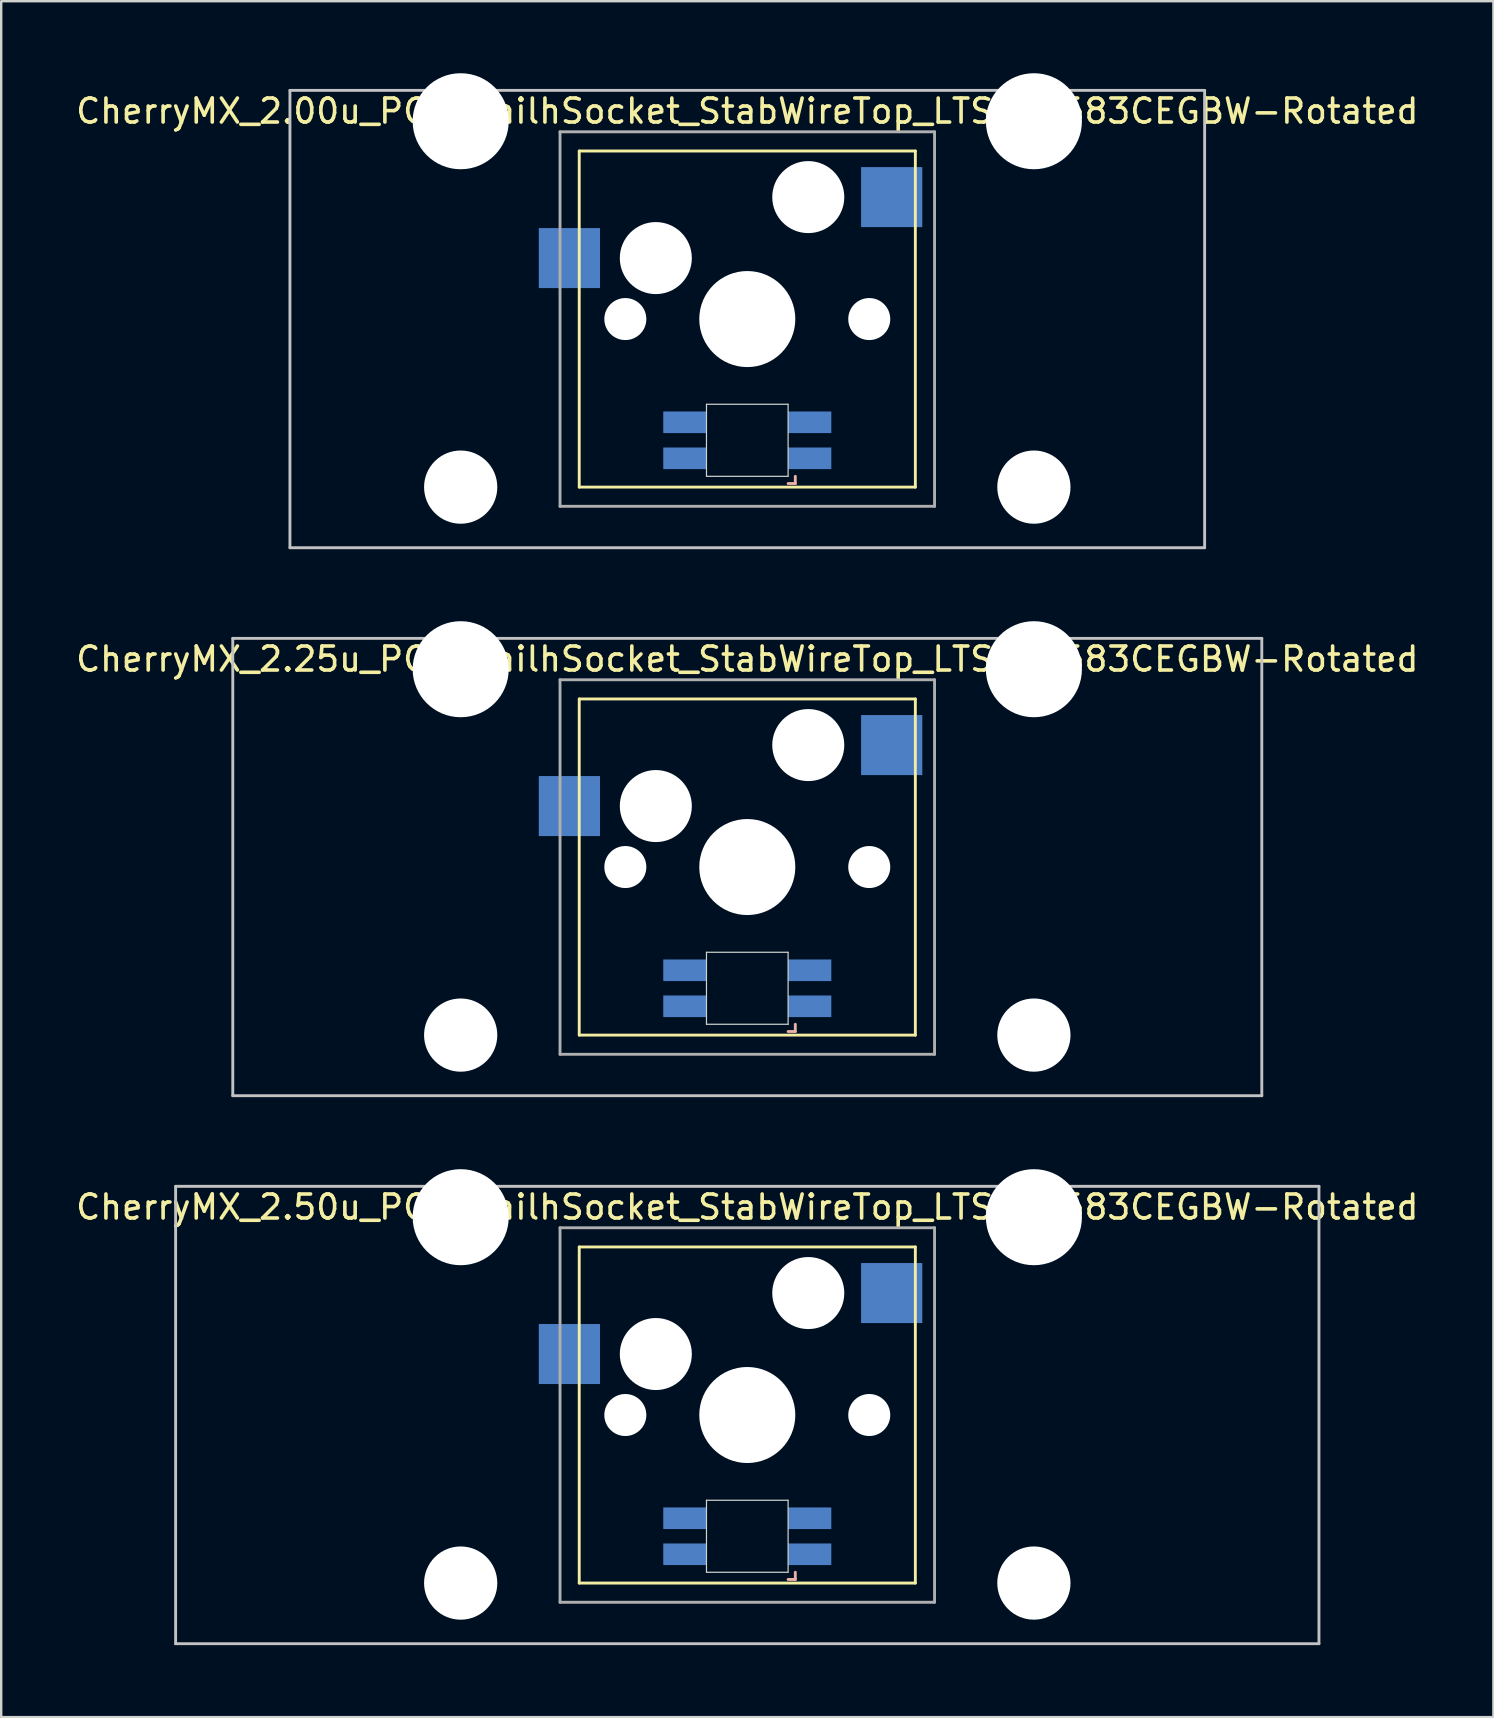
<source format=kicad_pcb>
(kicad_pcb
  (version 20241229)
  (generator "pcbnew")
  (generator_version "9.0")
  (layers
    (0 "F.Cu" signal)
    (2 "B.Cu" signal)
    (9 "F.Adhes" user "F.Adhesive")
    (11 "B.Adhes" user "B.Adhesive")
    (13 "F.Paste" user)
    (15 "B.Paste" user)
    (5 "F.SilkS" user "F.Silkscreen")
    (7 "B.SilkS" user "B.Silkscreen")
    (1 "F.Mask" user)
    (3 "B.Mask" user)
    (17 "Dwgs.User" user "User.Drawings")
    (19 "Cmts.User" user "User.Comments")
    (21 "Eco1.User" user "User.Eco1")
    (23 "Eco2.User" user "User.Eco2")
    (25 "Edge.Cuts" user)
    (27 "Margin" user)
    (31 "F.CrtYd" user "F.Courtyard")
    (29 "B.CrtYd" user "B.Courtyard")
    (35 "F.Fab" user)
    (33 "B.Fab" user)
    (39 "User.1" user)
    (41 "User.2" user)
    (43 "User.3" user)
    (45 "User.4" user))
  (footprint "CherryMX_2.50u_PCB_KailhSocket_StabWireTop_LTST-A683CEGBW-Rotated"
    (layer "F.Cu")
    (at 28.077 55.89)
    (property "Reference" "CherryMX_2.50u_PCB_KailhSocket_StabWireTop_LTST-A683CEGBW-Rotated" (at 0 -8.662 0) (layer "F.SilkS") (effects (font (size 1 1) (thickness 0.15))))
    (attr through_hole)
    (fp_line (start -7 -7) (end -7 7) (stroke (width 0.12) (type solid)) (layer "F.SilkS"))
    (fp_line (start -7 -7) (end 7 -7) (stroke (width 0.12) (type solid)) (layer "F.SilkS"))
    (fp_line (start 7 -7) (end 7 7) (stroke (width 0.12) (type solid)) (layer "F.SilkS"))
    (fp_line (start 7 7) (end -7 7) (stroke (width 0.12) (type solid)) (layer "F.SilkS"))
    (fp_line (start 1.7 6.85) (end 2 6.85) (stroke (width 0.12) (type solid)) (layer "B.SilkS"))
    (fp_line (start 2 6.85) (end 2 6.55) (stroke (width 0.12) (type solid)) (layer "B.SilkS"))
    (fp_line (start -23.812 -9.525) (end 23.812 -9.525) (stroke (width 0.12) (type solid)) (layer "Dwgs.User"))
    (fp_line (start -23.812 9.525) (end -23.812 -9.525) (stroke (width 0.12) (type solid)) (layer "Dwgs.User"))
    (fp_line (start 23.812 -9.525) (end 23.812 9.525) (stroke (width 0.12) (type solid)) (layer "Dwgs.User"))
    (fp_line (start 23.812 9.525) (end -23.812 9.525) (stroke (width 0.12) (type solid)) (layer "Dwgs.User"))
    (fp_line (start -1.7 3.55) (end 1.7 3.55) (stroke (width 0.05) (type solid)) (layer "Edge.Cuts"))
    (fp_line (start -1.7 6.55) (end -1.7 3.55) (stroke (width 0.05) (type solid)) (layer "Edge.Cuts"))
    (fp_line (start 1.7 3.55) (end 1.7 6.55) (stroke (width 0.05) (type solid)) (layer "Edge.Cuts"))
    (fp_line (start 1.7 6.55) (end -1.7 6.55) (stroke (width 0.05) (type solid)) (layer "Edge.Cuts"))
    (fp_line (start -7.8 -7.8) (end -7.8 7.8) (stroke (width 0.12) (type solid)) (layer "F.Fab"))
    (fp_line (start -7.8 -7.8) (end 7.8 -7.8) (stroke (width 0.12) (type solid)) (layer "F.Fab"))
    (fp_line (start -7.8 7.8) (end 7.8 7.8) (stroke (width 0.12) (type solid)) (layer "F.Fab"))
    (fp_line (start 7.8 -7.8) (end 7.8 7.8) (stroke (width 0.12) (type solid)) (layer "F.Fab"))
    (pad "" np_thru_hole circle (at -11.938 -8.24) (size 4 4) (drill 4) (layers "*.Cu" "*.Mask"))
    (pad "" np_thru_hole circle (at -11.938 7) (size 3.05 3.05) (drill 3.05) (layers "*.Cu" "*.Mask"))
    (pad "" np_thru_hole circle (at -5.08 0) (size 1.75 1.75) (drill 1.75) (layers "*.Cu" "*.Mask"))
    (pad "" np_thru_hole circle (at -3.81 -2.54) (size 3 3) (drill 3) (layers "*.Cu" "*.Mask"))
    (pad "" np_thru_hole circle (at 0 0) (size 4 4) (drill 4) (layers "*.Cu" "*.Mask"))
    (pad "" np_thru_hole circle (at 2.54 -5.08) (size 3 3) (drill 3) (layers "*.Cu" "*.Mask"))
    (pad "" np_thru_hole circle (at 5.08 0) (size 1.75 1.75) (drill 1.75) (layers "*.Cu" "*.Mask"))
    (pad "" np_thru_hole circle (at 11.938 -8.24) (size 4 4) (drill 4) (layers "*.Cu" "*.Mask"))
    (pad "" np_thru_hole circle (at 11.938 7) (size 3.05 3.05) (drill 3.05) (layers "*.Cu" "*.Mask"))
    (pad "1" smd rect (at -7.41 -2.54) (size 2.55 2.5) (layers "B.Cu" "B.Mask" "B.Paste"))
    (pad "2" smd rect (at 6.015 -5.08) (size 2.55 2.5) (layers "B.Cu" "B.Mask" "B.Paste"))
    (pad "3" smd rect (at 2.6 5.8) (size 1.8 0.9) (layers "B.Cu" "B.Mask" "B.Paste"))
    (pad "4" smd rect (at 2.6 4.3) (size 1.8 0.9) (layers "B.Cu" "B.Mask" "B.Paste"))
    (pad "5" smd rect (at -2.6 5.8) (size 1.8 0.9) (layers "B.Cu" "B.Mask" "B.Paste"))
    (pad "6" smd rect (at -2.6 4.3) (size 1.8 0.9) (layers "B.Cu" "B.Mask" "B.Paste")))
  (footprint "CherryMX_2.00u_PCB_KailhSocket_StabWireTop_LTST-A683CEGBW-Rotated"
    (layer "F.Cu")
    (at 28.077 10.24)
    (property "Reference" "CherryMX_2.00u_PCB_KailhSocket_StabWireTop_LTST-A683CEGBW-Rotated" (at 0 -8.662 0) (layer "F.SilkS") (effects (font (size 1 1) (thickness 0.15))))
    (attr through_hole)
    (fp_line (start -7 -7) (end -7 7) (stroke (width 0.12) (type solid)) (layer "F.SilkS"))
    (fp_line (start -7 -7) (end 7 -7) (stroke (width 0.12) (type solid)) (layer "F.SilkS"))
    (fp_line (start 7 -7) (end 7 7) (stroke (width 0.12) (type solid)) (layer "F.SilkS"))
    (fp_line (start 7 7) (end -7 7) (stroke (width 0.12) (type solid)) (layer "F.SilkS"))
    (fp_line (start 1.7 6.85) (end 2 6.85) (stroke (width 0.12) (type solid)) (layer "B.SilkS"))
    (fp_line (start 2 6.85) (end 2 6.55) (stroke (width 0.12) (type solid)) (layer "B.SilkS"))
    (fp_line (start -19.05 -9.525) (end 19.05 -9.525) (stroke (width 0.12) (type solid)) (layer "Dwgs.User"))
    (fp_line (start -19.05 9.525) (end -19.05 -9.525) (stroke (width 0.12) (type solid)) (layer "Dwgs.User"))
    (fp_line (start 19.05 -9.525) (end 19.05 9.525) (stroke (width 0.12) (type solid)) (layer "Dwgs.User"))
    (fp_line (start 19.05 9.525) (end -19.05 9.525) (stroke (width 0.12) (type solid)) (layer "Dwgs.User"))
    (fp_line (start -1.7 3.55) (end 1.7 3.55) (stroke (width 0.05) (type solid)) (layer "Edge.Cuts"))
    (fp_line (start -1.7 6.55) (end -1.7 3.55) (stroke (width 0.05) (type solid)) (layer "Edge.Cuts"))
    (fp_line (start 1.7 3.55) (end 1.7 6.55) (stroke (width 0.05) (type solid)) (layer "Edge.Cuts"))
    (fp_line (start 1.7 6.55) (end -1.7 6.55) (stroke (width 0.05) (type solid)) (layer "Edge.Cuts"))
    (fp_line (start -7.8 -7.8) (end -7.8 7.8) (stroke (width 0.12) (type solid)) (layer "F.Fab"))
    (fp_line (start -7.8 -7.8) (end 7.8 -7.8) (stroke (width 0.12) (type solid)) (layer "F.Fab"))
    (fp_line (start -7.8 7.8) (end 7.8 7.8) (stroke (width 0.12) (type solid)) (layer "F.Fab"))
    (fp_line (start 7.8 -7.8) (end 7.8 7.8) (stroke (width 0.12) (type solid)) (layer "F.Fab"))
    (pad "" np_thru_hole circle (at -11.938 -8.24) (size 4 4) (drill 4) (layers "*.Cu" "*.Mask"))
    (pad "" np_thru_hole circle (at -11.938 7) (size 3.05 3.05) (drill 3.05) (layers "*.Cu" "*.Mask"))
    (pad "" np_thru_hole circle (at -5.08 0) (size 1.75 1.75) (drill 1.75) (layers "*.Cu" "*.Mask"))
    (pad "" np_thru_hole circle (at -3.81 -2.54) (size 3 3) (drill 3) (layers "*.Cu" "*.Mask"))
    (pad "" np_thru_hole circle (at 0 0) (size 4 4) (drill 4) (layers "*.Cu" "*.Mask"))
    (pad "" np_thru_hole circle (at 2.54 -5.08) (size 3 3) (drill 3) (layers "*.Cu" "*.Mask"))
    (pad "" np_thru_hole circle (at 5.08 0) (size 1.75 1.75) (drill 1.75) (layers "*.Cu" "*.Mask"))
    (pad "" np_thru_hole circle (at 11.938 -8.24) (size 4 4) (drill 4) (layers "*.Cu" "*.Mask"))
    (pad "" np_thru_hole circle (at 11.938 7) (size 3.05 3.05) (drill 3.05) (layers "*.Cu" "*.Mask"))
    (pad "1" smd rect (at -7.41 -2.54) (size 2.55 2.5) (layers "B.Cu" "B.Mask" "B.Paste"))
    (pad "2" smd rect (at 6.015 -5.08) (size 2.55 2.5) (layers "B.Cu" "B.Mask" "B.Paste"))
    (pad "3" smd rect (at 2.6 5.8) (size 1.8 0.9) (layers "B.Cu" "B.Mask" "B.Paste"))
    (pad "4" smd rect (at 2.6 4.3) (size 1.8 0.9) (layers "B.Cu" "B.Mask" "B.Paste"))
    (pad "5" smd rect (at -2.6 5.8) (size 1.8 0.9) (layers "B.Cu" "B.Mask" "B.Paste"))
    (pad "6" smd rect (at -2.6 4.3) (size 1.8 0.9) (layers "B.Cu" "B.Mask" "B.Paste")))
  (footprint "CherryMX_2.25u_PCB_KailhSocket_StabWireTop_LTST-A683CEGBW-Rotated"
    (layer "F.Cu")
    (at 28.077 33.065)
    (property "Reference" "CherryMX_2.25u_PCB_KailhSocket_StabWireTop_LTST-A683CEGBW-Rotated" (at 0 -8.662 0) (layer "F.SilkS") (effects (font (size 1 1) (thickness 0.15))))
    (attr through_hole)
    (fp_line (start -7 -7) (end -7 7) (stroke (width 0.12) (type solid)) (layer "F.SilkS"))
    (fp_line (start -7 -7) (end 7 -7) (stroke (width 0.12) (type solid)) (layer "F.SilkS"))
    (fp_line (start 7 -7) (end 7 7) (stroke (width 0.12) (type solid)) (layer "F.SilkS"))
    (fp_line (start 7 7) (end -7 7) (stroke (width 0.12) (type solid)) (layer "F.SilkS"))
    (fp_line (start 1.7 6.85) (end 2 6.85) (stroke (width 0.12) (type solid)) (layer "B.SilkS"))
    (fp_line (start 2 6.85) (end 2 6.55) (stroke (width 0.12) (type solid)) (layer "B.SilkS"))
    (fp_line (start -21.431 -9.525) (end 21.431 -9.525) (stroke (width 0.12) (type solid)) (layer "Dwgs.User"))
    (fp_line (start -21.431 9.525) (end -21.431 -9.525) (stroke (width 0.12) (type solid)) (layer "Dwgs.User"))
    (fp_line (start 21.431 -9.525) (end 21.431 9.525) (stroke (width 0.12) (type solid)) (layer "Dwgs.User"))
    (fp_line (start 21.431 9.525) (end -21.431 9.525) (stroke (width 0.12) (type solid)) (layer "Dwgs.User"))
    (fp_line (start -1.7 3.55) (end 1.7 3.55) (stroke (width 0.05) (type solid)) (layer "Edge.Cuts"))
    (fp_line (start -1.7 6.55) (end -1.7 3.55) (stroke (width 0.05) (type solid)) (layer "Edge.Cuts"))
    (fp_line (start 1.7 3.55) (end 1.7 6.55) (stroke (width 0.05) (type solid)) (layer "Edge.Cuts"))
    (fp_line (start 1.7 6.55) (end -1.7 6.55) (stroke (width 0.05) (type solid)) (layer "Edge.Cuts"))
    (fp_line (start -7.8 -7.8) (end -7.8 7.8) (stroke (width 0.12) (type solid)) (layer "F.Fab"))
    (fp_line (start -7.8 -7.8) (end 7.8 -7.8) (stroke (width 0.12) (type solid)) (layer "F.Fab"))
    (fp_line (start -7.8 7.8) (end 7.8 7.8) (stroke (width 0.12) (type solid)) (layer "F.Fab"))
    (fp_line (start 7.8 -7.8) (end 7.8 7.8) (stroke (width 0.12) (type solid)) (layer "F.Fab"))
    (pad "" np_thru_hole circle (at -11.938 -8.24) (size 4 4) (drill 4) (layers "*.Cu" "*.Mask"))
    (pad "" np_thru_hole circle (at -11.938 7) (size 3.05 3.05) (drill 3.05) (layers "*.Cu" "*.Mask"))
    (pad "" np_thru_hole circle (at -5.08 0) (size 1.75 1.75) (drill 1.75) (layers "*.Cu" "*.Mask"))
    (pad "" np_thru_hole circle (at -3.81 -2.54) (size 3 3) (drill 3) (layers "*.Cu" "*.Mask"))
    (pad "" np_thru_hole circle (at 0 0) (size 4 4) (drill 4) (layers "*.Cu" "*.Mask"))
    (pad "" np_thru_hole circle (at 2.54 -5.08) (size 3 3) (drill 3) (layers "*.Cu" "*.Mask"))
    (pad "" np_thru_hole circle (at 5.08 0) (size 1.75 1.75) (drill 1.75) (layers "*.Cu" "*.Mask"))
    (pad "" np_thru_hole circle (at 11.938 -8.24) (size 4 4) (drill 4) (layers "*.Cu" "*.Mask"))
    (pad "" np_thru_hole circle (at 11.938 7) (size 3.05 3.05) (drill 3.05) (layers "*.Cu" "*.Mask"))
    (pad "1" smd rect (at -7.41 -2.54) (size 2.55 2.5) (layers "B.Cu" "B.Mask" "B.Paste"))
    (pad "2" smd rect (at 6.015 -5.08) (size 2.55 2.5) (layers "B.Cu" "B.Mask" "B.Paste"))
    (pad "3" smd rect (at 2.6 5.8) (size 1.8 0.9) (layers "B.Cu" "B.Mask" "B.Paste"))
    (pad "4" smd rect (at 2.6 4.3) (size 1.8 0.9) (layers "B.Cu" "B.Mask" "B.Paste"))
    (pad "5" smd rect (at -2.6 5.8) (size 1.8 0.9) (layers "B.Cu" "B.Mask" "B.Paste"))
    (pad "6" smd rect (at -2.6 4.3) (size 1.8 0.9) (layers "B.Cu" "B.Mask" "B.Paste")))
  (gr_rect
    (start -3 -3)
    (end 59.155 68.475)
    (stroke (width 0.1) (type default))
    (fill no)
    (layer "Edge.Cuts")))
</source>
